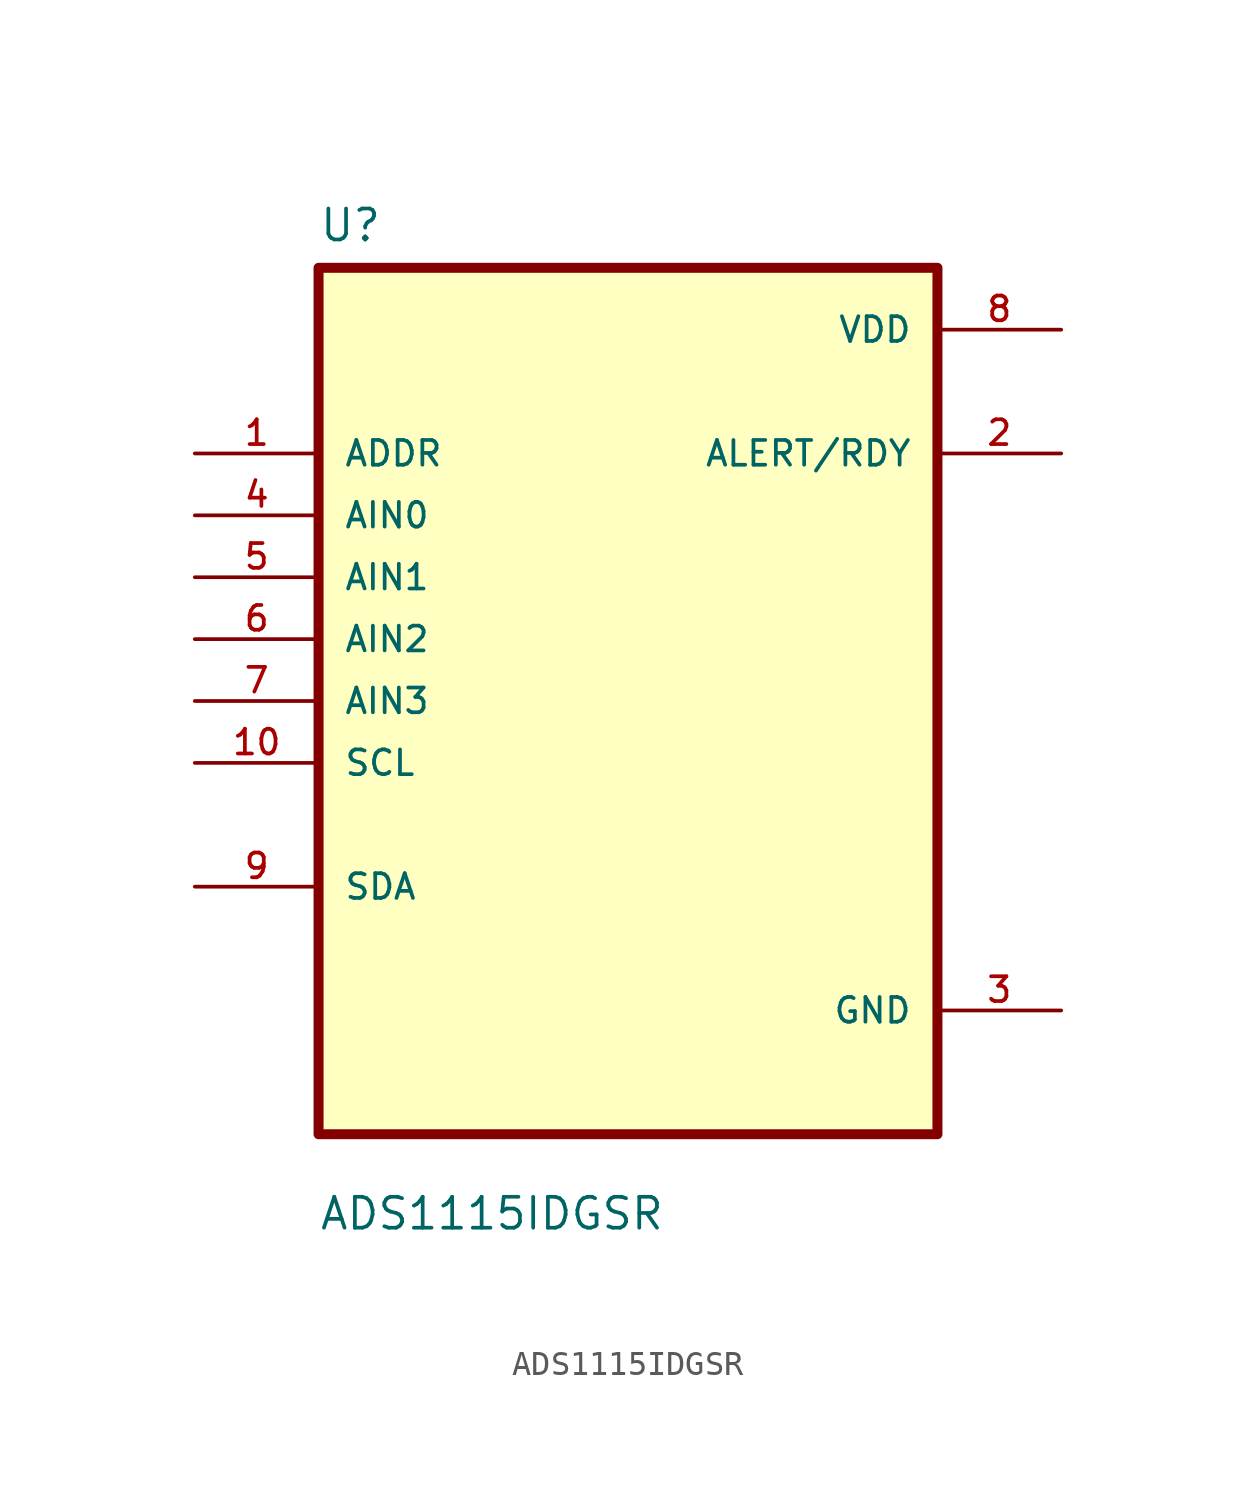
<source format=kicad_sym>
(kicad_symbol_lib
  (version 20211014)
  (generator kicad_symbol_editor)
  (symbol "ADS1115IDGSR"
    (pin_names
      (offset 1.016))
    (property "Reference" "U"
      (at -12.7 18.78 0.0)
      (effects (font (size 1.27 1.27)) (justify bottom left)))
    (property "Value" "ADS1115IDGSR"
      (at -12.7 -21.78 0.0)
      (effects (font (size 1.27 1.27)) (justify bottom left)))
    (symbol "ADS1115IDGSR_0_0"
      (rectangle (start -12.7 -17.78) (end 12.7 17.78) (stroke (width 0.41)) (fill (type background)))
      (pin input line (at -17.78 10.16 0) (length 5.08) (name "ADDR" (effects (font (size 1.016 1.016)))) (number "1" (effects (font (size 1.016 1.016)))))
      (pin input line (at -17.78 7.62 0) (length 5.08) (name "AIN0" (effects (font (size 1.016 1.016)))) (number "4" (effects (font (size 1.016 1.016)))))
      (pin input line (at -17.78 5.08 0) (length 5.08) (name "AIN1" (effects (font (size 1.016 1.016)))) (number "5" (effects (font (size 1.016 1.016)))))
      (pin input line (at -17.78 2.54 0) (length 5.08) (name "AIN2" (effects (font (size 1.016 1.016)))) (number "6" (effects (font (size 1.016 1.016)))))
      (pin input line (at -17.78 0.0 0) (length 5.08) (name "AIN3" (effects (font (size 1.016 1.016)))) (number "7" (effects (font (size 1.016 1.016)))))
      (pin input line (at -17.78 -2.54 0) (length 5.08) (name "SCL" (effects (font (size 1.016 1.016)))) (number "10" (effects (font (size 1.016 1.016)))))
      (pin bidirectional line (at -17.78 -7.62 0) (length 5.08) (name "SDA" (effects (font (size 1.016 1.016)))) (number "9" (effects (font (size 1.016 1.016)))))
      (pin power_in line (at 17.78 15.24 180.0) (length 5.08) (name "VDD" (effects (font (size 1.016 1.016)))) (number "8" (effects (font (size 1.016 1.016)))))
      (pin output line (at 17.78 10.16 180.0) (length 5.08) (name "ALERT/RDY" (effects (font (size 1.016 1.016)))) (number "2" (effects (font (size 1.016 1.016)))))
      (pin power_in line (at 17.78 -12.7 180.0) (length 5.08) (name "GND" (effects (font (size 1.016 1.016)))) (number "3" (effects (font (size 1.016 1.016))))))))
</source>
